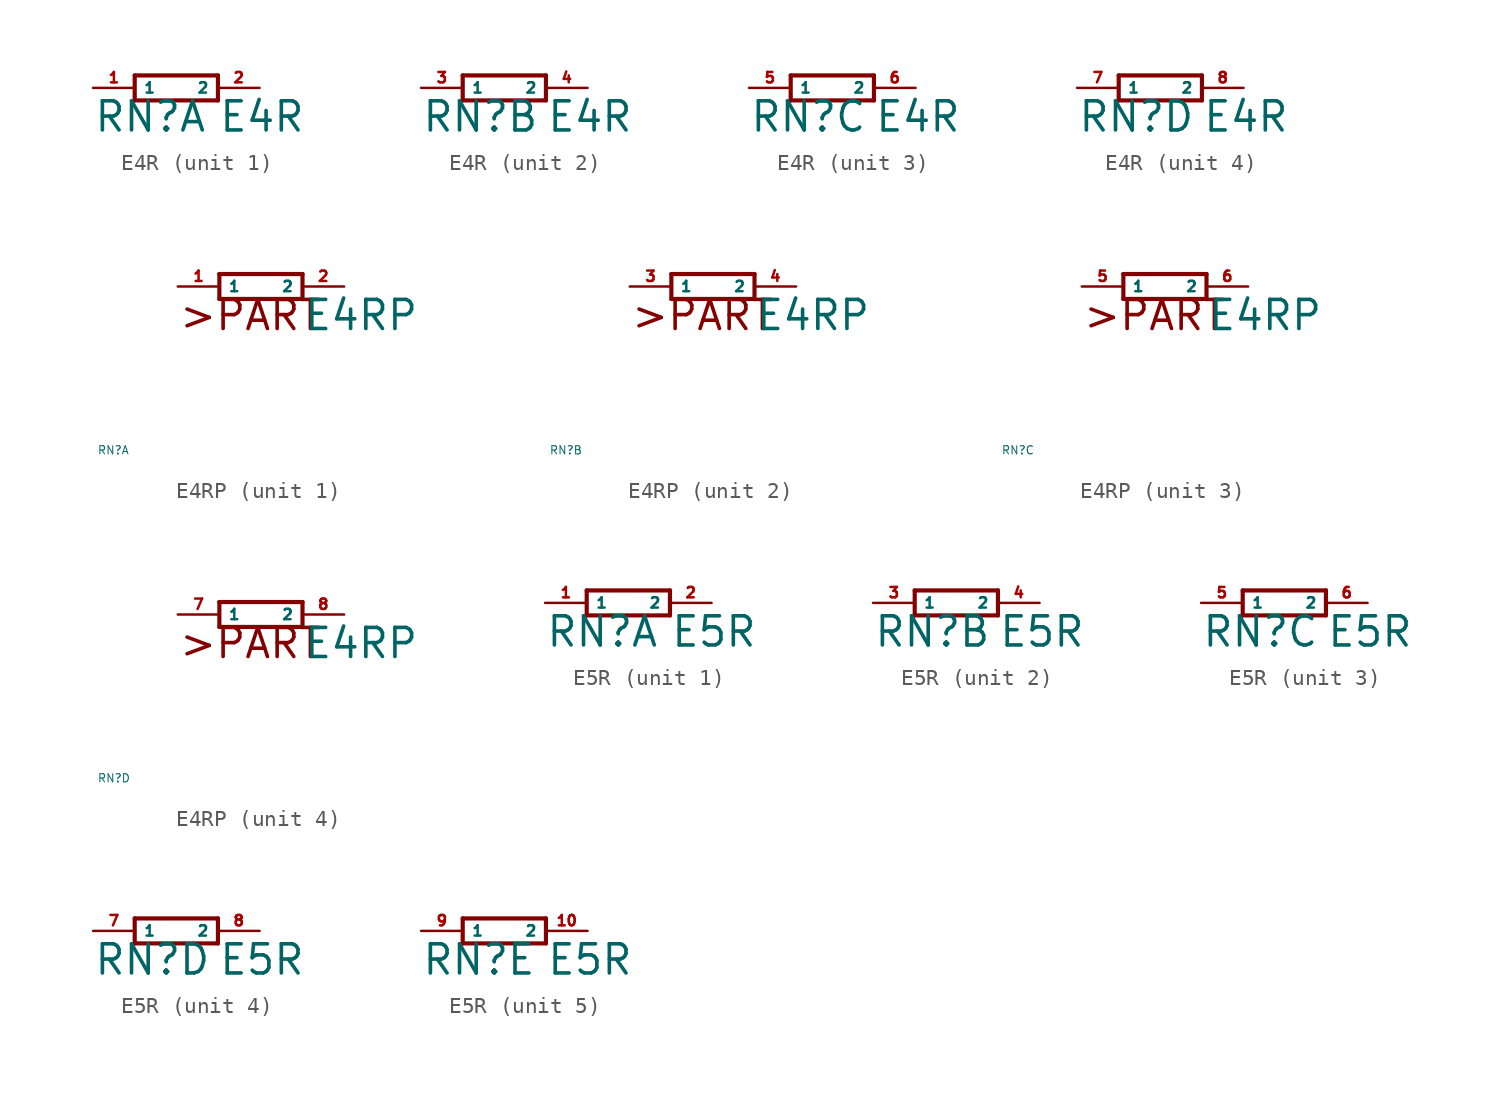
<source format=kicad_sym>
(kicad_symbol_lib
  (version 20220914)
  (generator Eagle2Kicad)
  (symbol "E4R"
    (property "Reference" "RN"
      (at -5.08 -2.794 0)
      (effects (font (size 1.778 1.778) (thickness 0.22)) (justify left bottom)))
    (property "Value" "E4R"
      (at 2.54 -2.794 0)
      (effects (font (size 1.778 1.778) (thickness 0.22)) (justify left bottom)))
    (symbol "E4R_1_0"
      (polyline (pts (xy -2.54 -0.762) (xy 2.54 -0.762)) (stroke (width 0.254) (type default)) (fill (type none)))
      (polyline (pts (xy 2.54 0.762) (xy -2.54 0.762)) (stroke (width 0.254) (type default)) (fill (type none)))
      (polyline (pts (xy 2.54 -0.762) (xy 2.54 0.762)) (stroke (width 0.254) (type default)) (fill (type none)))
      (polyline (pts (xy -2.54 0.762) (xy -2.54 -0.762)) (stroke (width 0.254) (type default)) (fill (type none)))
      (pin passive line (at -5.08 0 0) (length 2.54) (name "1" (effects (font (size 0.635 0.635) (thickness 0.08)) (justify left bottom))) (number "1" (effects (font (size 0.635 0.635) (thickness 0.08)) (justify left bottom))))
      (pin passive line (at 5.08 0 180) (length 2.54) (name "2" (effects (font (size 0.635 0.635) (thickness 0.08)) (justify left bottom))) (number "2" (effects (font (size 0.635 0.635) (thickness 0.08)) (justify left bottom)))))
    (symbol "E4R_2_0"
      (polyline (pts (xy -2.54 -0.762) (xy 2.54 -0.762)) (stroke (width 0.254) (type default)) (fill (type none)))
      (polyline (pts (xy 2.54 0.762) (xy -2.54 0.762)) (stroke (width 0.254) (type default)) (fill (type none)))
      (polyline (pts (xy 2.54 -0.762) (xy 2.54 0.762)) (stroke (width 0.254) (type default)) (fill (type none)))
      (polyline (pts (xy -2.54 0.762) (xy -2.54 -0.762)) (stroke (width 0.254) (type default)) (fill (type none)))
      (pin passive line (at -5.08 0 0) (length 2.54) (name "1" (effects (font (size 0.635 0.635) (thickness 0.08)) (justify left bottom))) (number "3" (effects (font (size 0.635 0.635) (thickness 0.08)) (justify left bottom))))
      (pin passive line (at 5.08 0 180) (length 2.54) (name "2" (effects (font (size 0.635 0.635) (thickness 0.08)) (justify left bottom))) (number "4" (effects (font (size 0.635 0.635) (thickness 0.08)) (justify left bottom)))))
    (symbol "E4R_3_0"
      (polyline (pts (xy -2.54 -0.762) (xy 2.54 -0.762)) (stroke (width 0.254) (type default)) (fill (type none)))
      (polyline (pts (xy 2.54 0.762) (xy -2.54 0.762)) (stroke (width 0.254) (type default)) (fill (type none)))
      (polyline (pts (xy 2.54 -0.762) (xy 2.54 0.762)) (stroke (width 0.254) (type default)) (fill (type none)))
      (polyline (pts (xy -2.54 0.762) (xy -2.54 -0.762)) (stroke (width 0.254) (type default)) (fill (type none)))
      (pin passive line (at -5.08 0 0) (length 2.54) (name "1" (effects (font (size 0.635 0.635) (thickness 0.08)) (justify left bottom))) (number "5" (effects (font (size 0.635 0.635) (thickness 0.08)) (justify left bottom))))
      (pin passive line (at 5.08 0 180) (length 2.54) (name "2" (effects (font (size 0.635 0.635) (thickness 0.08)) (justify left bottom))) (number "6" (effects (font (size 0.635 0.635) (thickness 0.08)) (justify left bottom)))))
    (symbol "E4R_4_0"
      (polyline (pts (xy -2.54 -0.762) (xy 2.54 -0.762)) (stroke (width 0.254) (type default)) (fill (type none)))
      (polyline (pts (xy 2.54 0.762) (xy -2.54 0.762)) (stroke (width 0.254) (type default)) (fill (type none)))
      (polyline (pts (xy 2.54 -0.762) (xy 2.54 0.762)) (stroke (width 0.254) (type default)) (fill (type none)))
      (polyline (pts (xy -2.54 0.762) (xy -2.54 -0.762)) (stroke (width 0.254) (type default)) (fill (type none)))
      (pin passive line (at -5.08 0 0) (length 2.54) (name "1" (effects (font (size 0.635 0.635) (thickness 0.08)) (justify left bottom))) (number "7" (effects (font (size 0.635 0.635) (thickness 0.08)) (justify left bottom))))
      (pin passive line (at 5.08 0 180) (length 2.54) (name "2" (effects (font (size 0.635 0.635) (thickness 0.08)) (justify left bottom))) (number "8" (effects (font (size 0.635 0.635) (thickness 0.08)) (justify left bottom))))))
  (symbol "E4RP"
    (property "Reference" "RN"
      (at -10 -10 0)
      (effects (font (size 0.5 0.5) (thickness 0.06)) (justify left)))
    (property "Value" "E4RP"
      (at 2.54 -2.794 0)
      (effects (font (size 1.778 1.778) (thickness 0.22)) (justify left bottom)))
    (symbol "E4RP_1_0"
      (polyline (pts (xy -2.54 -0.762) (xy 2.54 -0.762)) (stroke (width 0.254) (type default)) (fill (type none)))
      (polyline (pts (xy 2.54 0.762) (xy -2.54 0.762)) (stroke (width 0.254) (type default)) (fill (type none)))
      (polyline (pts (xy 2.54 -0.762) (xy 2.54 0.762)) (stroke (width 0.254) (type default)) (fill (type none)))
      (polyline (pts (xy -2.54 0.762) (xy -2.54 -0.762)) (stroke (width 0.254) (type default)) (fill (type none)))
      (text ">PART" (at -5.08 -2.794 0) (effects (font (size 1.778 1.778) (thickness 0.22)) (justify left bottom)))
      (pin passive line (at -5.08 0 0) (length 2.54) (name "1" (effects (font (size 0.635 0.635) (thickness 0.08)) (justify left bottom))) (number "1" (effects (font (size 0.635 0.635) (thickness 0.08)) (justify left bottom))))
      (pin passive line (at 5.08 0 180) (length 2.54) (name "2" (effects (font (size 0.635 0.635) (thickness 0.08)) (justify left bottom))) (number "2" (effects (font (size 0.635 0.635) (thickness 0.08)) (justify left bottom)))))
    (symbol "E4RP_2_0"
      (polyline (pts (xy -2.54 -0.762) (xy 2.54 -0.762)) (stroke (width 0.254) (type default)) (fill (type none)))
      (polyline (pts (xy 2.54 0.762) (xy -2.54 0.762)) (stroke (width 0.254) (type default)) (fill (type none)))
      (polyline (pts (xy 2.54 -0.762) (xy 2.54 0.762)) (stroke (width 0.254) (type default)) (fill (type none)))
      (polyline (pts (xy -2.54 0.762) (xy -2.54 -0.762)) (stroke (width 0.254) (type default)) (fill (type none)))
      (text ">PART" (at -5.08 -2.794 0) (effects (font (size 1.778 1.778) (thickness 0.22)) (justify left bottom)))
      (pin passive line (at -5.08 0 0) (length 2.54) (name "1" (effects (font (size 0.635 0.635) (thickness 0.08)) (justify left bottom))) (number "3" (effects (font (size 0.635 0.635) (thickness 0.08)) (justify left bottom))))
      (pin passive line (at 5.08 0 180) (length 2.54) (name "2" (effects (font (size 0.635 0.635) (thickness 0.08)) (justify left bottom))) (number "4" (effects (font (size 0.635 0.635) (thickness 0.08)) (justify left bottom)))))
    (symbol "E4RP_3_0"
      (polyline (pts (xy -2.54 -0.762) (xy 2.54 -0.762)) (stroke (width 0.254) (type default)) (fill (type none)))
      (polyline (pts (xy 2.54 0.762) (xy -2.54 0.762)) (stroke (width 0.254) (type default)) (fill (type none)))
      (polyline (pts (xy 2.54 -0.762) (xy 2.54 0.762)) (stroke (width 0.254) (type default)) (fill (type none)))
      (polyline (pts (xy -2.54 0.762) (xy -2.54 -0.762)) (stroke (width 0.254) (type default)) (fill (type none)))
      (text ">PART" (at -5.08 -2.794 0) (effects (font (size 1.778 1.778) (thickness 0.22)) (justify left bottom)))
      (pin passive line (at -5.08 0 0) (length 2.54) (name "1" (effects (font (size 0.635 0.635) (thickness 0.08)) (justify left bottom))) (number "5" (effects (font (size 0.635 0.635) (thickness 0.08)) (justify left bottom))))
      (pin passive line (at 5.08 0 180) (length 2.54) (name "2" (effects (font (size 0.635 0.635) (thickness 0.08)) (justify left bottom))) (number "6" (effects (font (size 0.635 0.635) (thickness 0.08)) (justify left bottom)))))
    (symbol "E4RP_4_0"
      (polyline (pts (xy -2.54 -0.762) (xy 2.54 -0.762)) (stroke (width 0.254) (type default)) (fill (type none)))
      (polyline (pts (xy 2.54 0.762) (xy -2.54 0.762)) (stroke (width 0.254) (type default)) (fill (type none)))
      (polyline (pts (xy 2.54 -0.762) (xy 2.54 0.762)) (stroke (width 0.254) (type default)) (fill (type none)))
      (polyline (pts (xy -2.54 0.762) (xy -2.54 -0.762)) (stroke (width 0.254) (type default)) (fill (type none)))
      (text ">PART" (at -5.08 -2.794 0) (effects (font (size 1.778 1.778) (thickness 0.22)) (justify left bottom)))
      (pin passive line (at -5.08 0 0) (length 2.54) (name "1" (effects (font (size 0.635 0.635) (thickness 0.08)) (justify left bottom))) (number "7" (effects (font (size 0.635 0.635) (thickness 0.08)) (justify left bottom))))
      (pin passive line (at 5.08 0 180) (length 2.54) (name "2" (effects (font (size 0.635 0.635) (thickness 0.08)) (justify left bottom))) (number "8" (effects (font (size 0.635 0.635) (thickness 0.08)) (justify left bottom))))))
  (symbol "E5R"
    (property "Reference" "RN"
      (at -5.08 -2.794 0)
      (effects (font (size 1.778 1.778) (thickness 0.22)) (justify left bottom)))
    (property "Value" "E5R"
      (at 2.54 -2.794 0)
      (effects (font (size 1.778 1.778) (thickness 0.22)) (justify left bottom)))
    (symbol "E5R_1_0"
      (polyline (pts (xy -2.54 -0.762) (xy 2.54 -0.762)) (stroke (width 0.254) (type default)) (fill (type none)))
      (polyline (pts (xy 2.54 0.762) (xy -2.54 0.762)) (stroke (width 0.254) (type default)) (fill (type none)))
      (polyline (pts (xy 2.54 -0.762) (xy 2.54 0.762)) (stroke (width 0.254) (type default)) (fill (type none)))
      (polyline (pts (xy -2.54 0.762) (xy -2.54 -0.762)) (stroke (width 0.254) (type default)) (fill (type none)))
      (pin passive line (at -5.08 0 0) (length 2.54) (name "1" (effects (font (size 0.635 0.635) (thickness 0.08)) (justify left bottom))) (number "1" (effects (font (size 0.635 0.635) (thickness 0.08)) (justify left bottom))))
      (pin passive line (at 5.08 0 180) (length 2.54) (name "2" (effects (font (size 0.635 0.635) (thickness 0.08)) (justify left bottom))) (number "2" (effects (font (size 0.635 0.635) (thickness 0.08)) (justify left bottom)))))
    (symbol "E5R_2_0"
      (polyline (pts (xy -2.54 -0.762) (xy 2.54 -0.762)) (stroke (width 0.254) (type default)) (fill (type none)))
      (polyline (pts (xy 2.54 0.762) (xy -2.54 0.762)) (stroke (width 0.254) (type default)) (fill (type none)))
      (polyline (pts (xy 2.54 -0.762) (xy 2.54 0.762)) (stroke (width 0.254) (type default)) (fill (type none)))
      (polyline (pts (xy -2.54 0.762) (xy -2.54 -0.762)) (stroke (width 0.254) (type default)) (fill (type none)))
      (pin passive line (at -5.08 0 0) (length 2.54) (name "1" (effects (font (size 0.635 0.635) (thickness 0.08)) (justify left bottom))) (number "3" (effects (font (size 0.635 0.635) (thickness 0.08)) (justify left bottom))))
      (pin passive line (at 5.08 0 180) (length 2.54) (name "2" (effects (font (size 0.635 0.635) (thickness 0.08)) (justify left bottom))) (number "4" (effects (font (size 0.635 0.635) (thickness 0.08)) (justify left bottom)))))
    (symbol "E5R_3_0"
      (polyline (pts (xy -2.54 -0.762) (xy 2.54 -0.762)) (stroke (width 0.254) (type default)) (fill (type none)))
      (polyline (pts (xy 2.54 0.762) (xy -2.54 0.762)) (stroke (width 0.254) (type default)) (fill (type none)))
      (polyline (pts (xy 2.54 -0.762) (xy 2.54 0.762)) (stroke (width 0.254) (type default)) (fill (type none)))
      (polyline (pts (xy -2.54 0.762) (xy -2.54 -0.762)) (stroke (width 0.254) (type default)) (fill (type none)))
      (pin passive line (at -5.08 0 0) (length 2.54) (name "1" (effects (font (size 0.635 0.635) (thickness 0.08)) (justify left bottom))) (number "5" (effects (font (size 0.635 0.635) (thickness 0.08)) (justify left bottom))))
      (pin passive line (at 5.08 0 180) (length 2.54) (name "2" (effects (font (size 0.635 0.635) (thickness 0.08)) (justify left bottom))) (number "6" (effects (font (size 0.635 0.635) (thickness 0.08)) (justify left bottom)))))
    (symbol "E5R_4_0"
      (polyline (pts (xy -2.54 -0.762) (xy 2.54 -0.762)) (stroke (width 0.254) (type default)) (fill (type none)))
      (polyline (pts (xy 2.54 0.762) (xy -2.54 0.762)) (stroke (width 0.254) (type default)) (fill (type none)))
      (polyline (pts (xy 2.54 -0.762) (xy 2.54 0.762)) (stroke (width 0.254) (type default)) (fill (type none)))
      (polyline (pts (xy -2.54 0.762) (xy -2.54 -0.762)) (stroke (width 0.254) (type default)) (fill (type none)))
      (pin passive line (at -5.08 0 0) (length 2.54) (name "1" (effects (font (size 0.635 0.635) (thickness 0.08)) (justify left bottom))) (number "7" (effects (font (size 0.635 0.635) (thickness 0.08)) (justify left bottom))))
      (pin passive line (at 5.08 0 180) (length 2.54) (name "2" (effects (font (size 0.635 0.635) (thickness 0.08)) (justify left bottom))) (number "8" (effects (font (size 0.635 0.635) (thickness 0.08)) (justify left bottom)))))
    (symbol "E5R_5_0"
      (polyline (pts (xy -2.54 -0.762) (xy 2.54 -0.762)) (stroke (width 0.254) (type default)) (fill (type none)))
      (polyline (pts (xy 2.54 0.762) (xy -2.54 0.762)) (stroke (width 0.254) (type default)) (fill (type none)))
      (polyline (pts (xy 2.54 -0.762) (xy 2.54 0.762)) (stroke (width 0.254) (type default)) (fill (type none)))
      (polyline (pts (xy -2.54 0.762) (xy -2.54 -0.762)) (stroke (width 0.254) (type default)) (fill (type none)))
      (pin passive line (at -5.08 0 0) (length 2.54) (name "1" (effects (font (size 0.635 0.635) (thickness 0.08)) (justify left bottom))) (number "9" (effects (font (size 0.635 0.635) (thickness 0.08)) (justify left bottom))))
      (pin passive line (at 5.08 0 180) (length 2.54) (name "2" (effects (font (size 0.635 0.635) (thickness 0.08)) (justify left bottom))) (number "10" (effects (font (size 0.635 0.635) (thickness 0.08)) (justify left bottom)))))))
</source>
